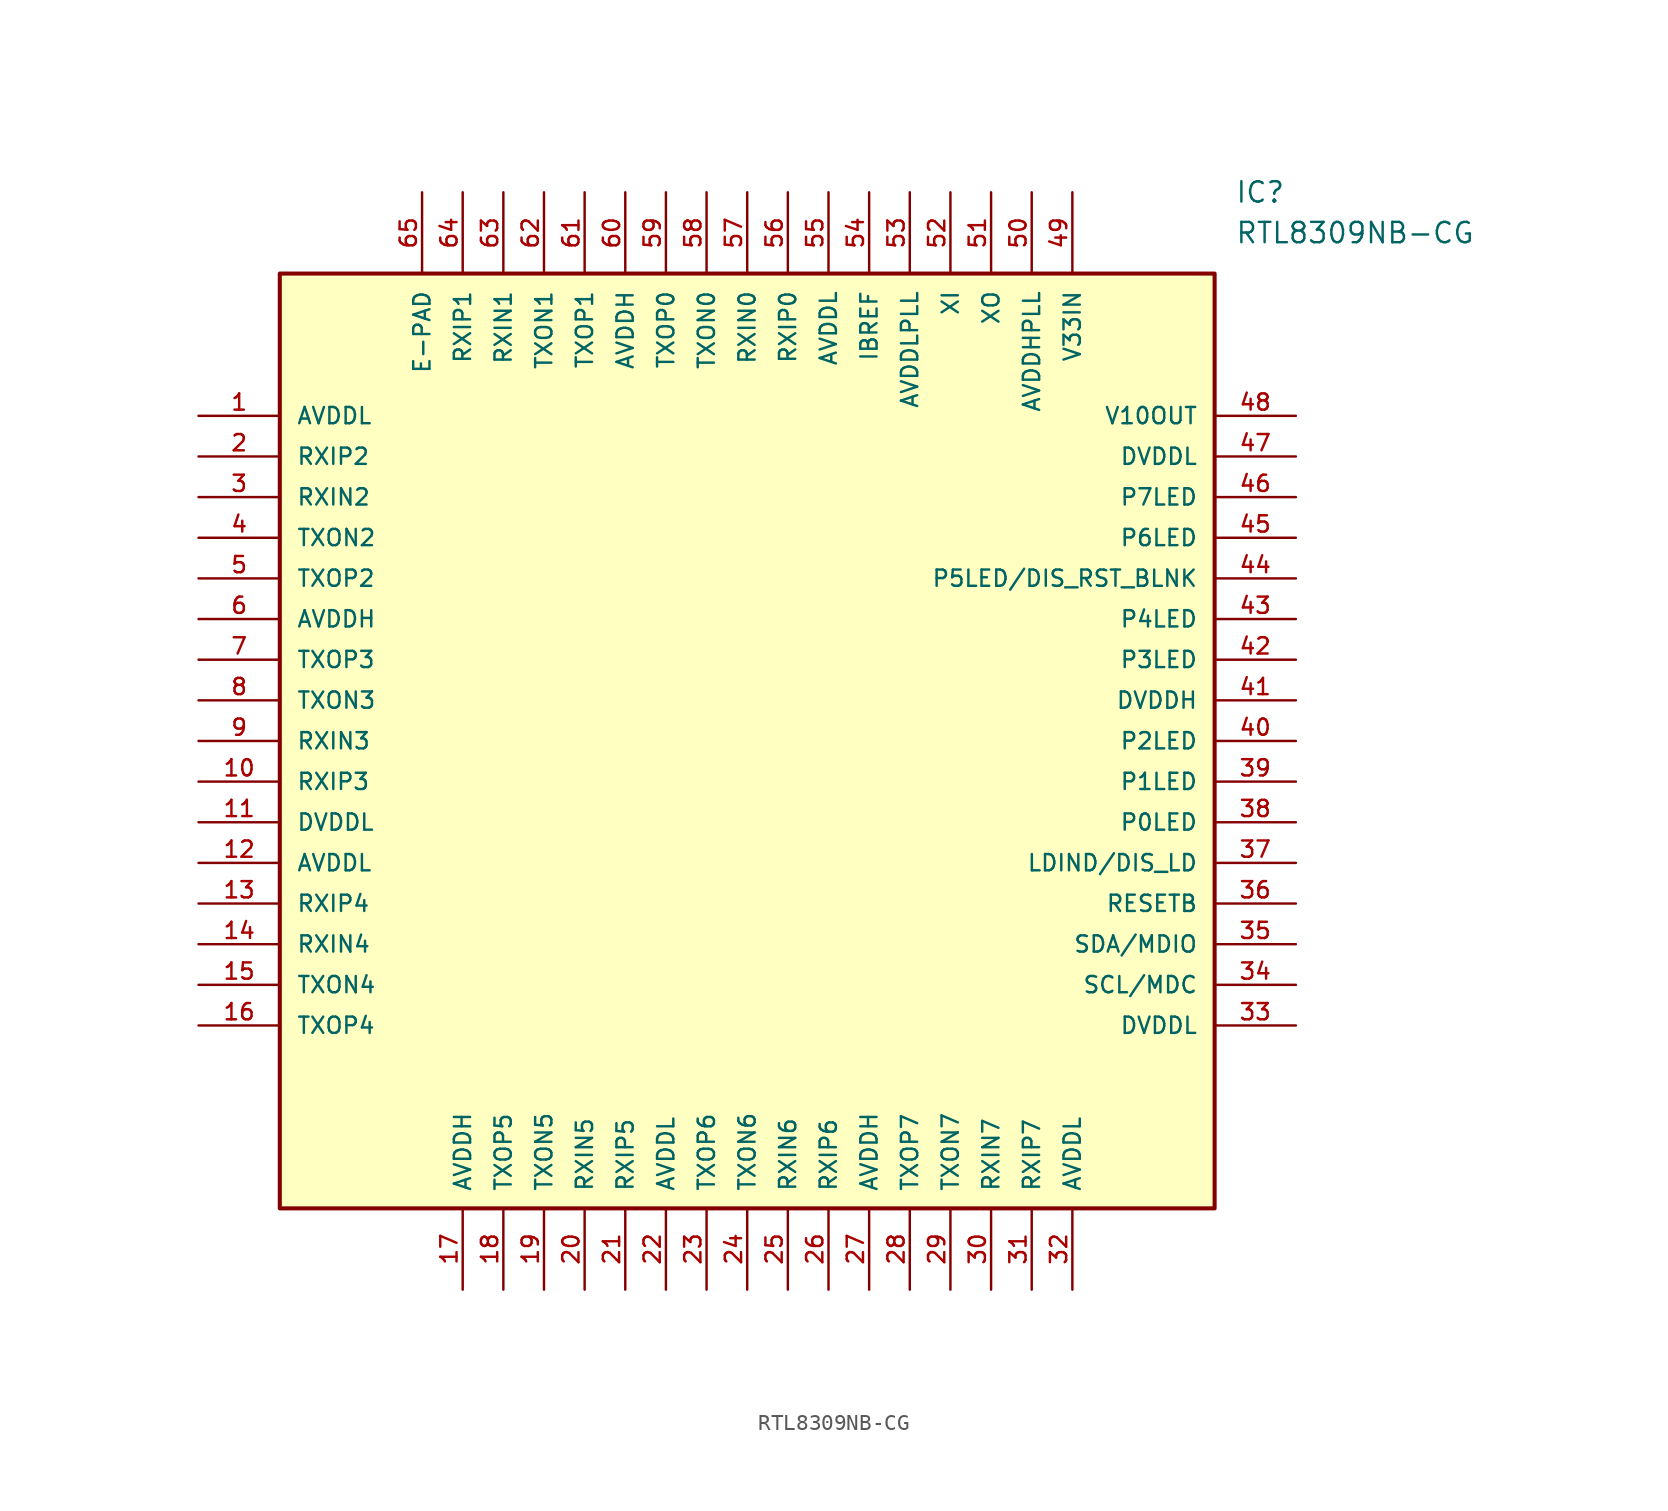
<source format=kicad_sym>
(kicad_symbol_lib
  (version 20211014)
  (generator kicad_symbol_editor)
  (symbol "RTL8309NB-CG"
    (pin_names
      (offset 1.016))
    (property "Reference" "IC"
      (at 46.99 20.32 0)
      (effects (font (size 1.27 1.27)) (justify left)))
    (property "Value" "RTL8309NB-CG"
      (at 46.99 17.78 0)
      (effects (font (size 1.27 1.27)) (justify left)))
    (symbol "RTL8309NB-CG_0_0"
      (rectangle (start -12.7 15.24) (end 45.72 -43.18) (stroke (width 0.254) (type default) (color 0 0 0 0)) (fill (type background)))
      (pin power_in line (at -17.78 6.35 0) (length 5.08) (name "AVDDL" (effects (font (size 1.016 1.016)))) (number "1" (effects (font (size 1.016 1.016)))))
      (pin input line (at -17.78 -16.51 0) (length 5.08) (name "RXIP3" (effects (font (size 1.016 1.016)))) (number "10" (effects (font (size 1.016 1.016)))))
      (pin power_in line (at -17.78 -19.05 0) (length 5.08) (name "DVDDL" (effects (font (size 1.016 1.016)))) (number "11" (effects (font (size 1.016 1.016)))))
      (pin power_in line (at -17.78 -21.59 0) (length 5.08) (name "AVDDL" (effects (font (size 1.016 1.016)))) (number "12" (effects (font (size 1.016 1.016)))))
      (pin input line (at -17.78 -24.13 0) (length 5.08) (name "RXIP4" (effects (font (size 1.016 1.016)))) (number "13" (effects (font (size 1.016 1.016)))))
      (pin input line (at -17.78 -26.67 0) (length 5.08) (name "RXIN4" (effects (font (size 1.016 1.016)))) (number "14" (effects (font (size 1.016 1.016)))))
      (pin output line (at -17.78 -29.21 0) (length 5.08) (name "TXON4" (effects (font (size 1.016 1.016)))) (number "15" (effects (font (size 1.016 1.016)))))
      (pin output line (at -17.78 -31.75 0) (length 5.08) (name "TXOP4" (effects (font (size 1.016 1.016)))) (number "16" (effects (font (size 1.016 1.016)))))
      (pin power_in line (at -1.27 -48.26 90) (length 5.08) (name "AVDDH" (effects (font (size 1.016 1.016)))) (number "17" (effects (font (size 1.016 1.016)))))
      (pin output line (at 1.27 -48.26 90) (length 5.08) (name "TXOP5" (effects (font (size 1.016 1.016)))) (number "18" (effects (font (size 1.016 1.016)))))
      (pin output line (at 3.81 -48.26 90) (length 5.08) (name "TXON5" (effects (font (size 1.016 1.016)))) (number "19" (effects (font (size 1.016 1.016)))))
      (pin input line (at -17.78 3.81 0) (length 5.08) (name "RXIP2" (effects (font (size 1.016 1.016)))) (number "2" (effects (font (size 1.016 1.016)))))
      (pin input line (at 6.35 -48.26 90) (length 5.08) (name "RXIN5" (effects (font (size 1.016 1.016)))) (number "20" (effects (font (size 1.016 1.016)))))
      (pin input line (at 8.89 -48.26 90) (length 5.08) (name "RXIP5" (effects (font (size 1.016 1.016)))) (number "21" (effects (font (size 1.016 1.016)))))
      (pin power_in line (at 11.43 -48.26 90) (length 5.08) (name "AVDDL" (effects (font (size 1.016 1.016)))) (number "22" (effects (font (size 1.016 1.016)))))
      (pin output line (at 13.97 -48.26 90) (length 5.08) (name "TXOP6" (effects (font (size 1.016 1.016)))) (number "23" (effects (font (size 1.016 1.016)))))
      (pin output line (at 16.51 -48.26 90) (length 5.08) (name "TXON6" (effects (font (size 1.016 1.016)))) (number "24" (effects (font (size 1.016 1.016)))))
      (pin input line (at 19.05 -48.26 90) (length 5.08) (name "RXIN6" (effects (font (size 1.016 1.016)))) (number "25" (effects (font (size 1.016 1.016)))))
      (pin input line (at 21.59 -48.26 90) (length 5.08) (name "RXIP6" (effects (font (size 1.016 1.016)))) (number "26" (effects (font (size 1.016 1.016)))))
      (pin power_in line (at 24.13 -48.26 90) (length 5.08) (name "AVDDH" (effects (font (size 1.016 1.016)))) (number "27" (effects (font (size 1.016 1.016)))))
      (pin output line (at 26.67 -48.26 90) (length 5.08) (name "TXOP7" (effects (font (size 1.016 1.016)))) (number "28" (effects (font (size 1.016 1.016)))))
      (pin output line (at 29.21 -48.26 90) (length 5.08) (name "TXON7" (effects (font (size 1.016 1.016)))) (number "29" (effects (font (size 1.016 1.016)))))
      (pin input line (at -17.78 1.27 0) (length 5.08) (name "RXIN2" (effects (font (size 1.016 1.016)))) (number "3" (effects (font (size 1.016 1.016)))))
      (pin input line (at 31.75 -48.26 90) (length 5.08) (name "RXIN7" (effects (font (size 1.016 1.016)))) (number "30" (effects (font (size 1.016 1.016)))))
      (pin input line (at 34.29 -48.26 90) (length 5.08) (name "RXIP7" (effects (font (size 1.016 1.016)))) (number "31" (effects (font (size 1.016 1.016)))))
      (pin power_in line (at 36.83 -48.26 90) (length 5.08) (name "AVDDL" (effects (font (size 1.016 1.016)))) (number "32" (effects (font (size 1.016 1.016)))))
      (pin power_in line (at 50.8 -31.75 180) (length 5.08) (name "DVDDL" (effects (font (size 1.016 1.016)))) (number "33" (effects (font (size 1.016 1.016)))))
      (pin bidirectional line (at 50.8 -29.21 180) (length 5.08) (name "SCL/MDC" (effects (font (size 1.016 1.016)))) (number "34" (effects (font (size 1.016 1.016)))))
      (pin bidirectional line (at 50.8 -26.67 180) (length 5.08) (name "SDA/MDIO" (effects (font (size 1.016 1.016)))) (number "35" (effects (font (size 1.016 1.016)))))
      (pin input line (at 50.8 -24.13 180) (length 5.08) (name "RESETB" (effects (font (size 1.016 1.016)))) (number "36" (effects (font (size 1.016 1.016)))))
      (pin bidirectional line (at 50.8 -21.59 180) (length 5.08) (name "LDIND/DIS_LD" (effects (font (size 1.016 1.016)))) (number "37" (effects (font (size 1.016 1.016)))))
      (pin bidirectional line (at 50.8 -19.05 180) (length 5.08) (name "P0LED" (effects (font (size 1.016 1.016)))) (number "38" (effects (font (size 1.016 1.016)))))
      (pin bidirectional line (at 50.8 -16.51 180) (length 5.08) (name "P1LED" (effects (font (size 1.016 1.016)))) (number "39" (effects (font (size 1.016 1.016)))))
      (pin output line (at -17.78 -1.27 0) (length 5.08) (name "TXON2" (effects (font (size 1.016 1.016)))) (number "4" (effects (font (size 1.016 1.016)))))
      (pin bidirectional line (at 50.8 -13.97 180) (length 5.08) (name "P2LED" (effects (font (size 1.016 1.016)))) (number "40" (effects (font (size 1.016 1.016)))))
      (pin power_in line (at 50.8 -11.43 180) (length 5.08) (name "DVDDH" (effects (font (size 1.016 1.016)))) (number "41" (effects (font (size 1.016 1.016)))))
      (pin bidirectional line (at 50.8 -8.89 180) (length 5.08) (name "P3LED" (effects (font (size 1.016 1.016)))) (number "42" (effects (font (size 1.016 1.016)))))
      (pin bidirectional line (at 50.8 -6.35 180) (length 5.08) (name "P4LED" (effects (font (size 1.016 1.016)))) (number "43" (effects (font (size 1.016 1.016)))))
      (pin bidirectional line (at 50.8 -3.81 180) (length 5.08) (name "P5LED/DIS_RST_BLNK" (effects (font (size 1.016 1.016)))) (number "44" (effects (font (size 1.016 1.016)))))
      (pin bidirectional line (at 50.8 -1.27 180) (length 5.08) (name "P6LED" (effects (font (size 1.016 1.016)))) (number "45" (effects (font (size 1.016 1.016)))))
      (pin bidirectional line (at 50.8 1.27 180) (length 5.08) (name "P7LED" (effects (font (size 1.016 1.016)))) (number "46" (effects (font (size 1.016 1.016)))))
      (pin power_in line (at 50.8 3.81 180) (length 5.08) (name "DVDDL" (effects (font (size 1.016 1.016)))) (number "47" (effects (font (size 1.016 1.016)))))
      (pin power_in line (at 50.8 6.35 180) (length 5.08) (name "V10OUT" (effects (font (size 1.016 1.016)))) (number "48" (effects (font (size 1.016 1.016)))))
      (pin power_in line (at 36.83 20.32 270) (length 5.08) (name "V33IN" (effects (font (size 1.016 1.016)))) (number "49" (effects (font (size 1.016 1.016)))))
      (pin output line (at -17.78 -3.81 0) (length 5.08) (name "TXOP2" (effects (font (size 1.016 1.016)))) (number "5" (effects (font (size 1.016 1.016)))))
      (pin power_in line (at 34.29 20.32 270) (length 5.08) (name "AVDDHPLL" (effects (font (size 1.016 1.016)))) (number "50" (effects (font (size 1.016 1.016)))))
      (pin output line (at 31.75 20.32 270) (length 5.08) (name "XO" (effects (font (size 1.016 1.016)))) (number "51" (effects (font (size 1.016 1.016)))))
      (pin input line (at 29.21 20.32 270) (length 5.08) (name "XI" (effects (font (size 1.016 1.016)))) (number "52" (effects (font (size 1.016 1.016)))))
      (pin power_in line (at 26.67 20.32 270) (length 5.08) (name "AVDDLPLL" (effects (font (size 1.016 1.016)))) (number "53" (effects (font (size 1.016 1.016)))))
      (pin output line (at 24.13 20.32 270) (length 5.08) (name "IBREF" (effects (font (size 1.016 1.016)))) (number "54" (effects (font (size 1.016 1.016)))))
      (pin power_in line (at 21.59 20.32 270) (length 5.08) (name "AVDDL" (effects (font (size 1.016 1.016)))) (number "55" (effects (font (size 1.016 1.016)))))
      (pin power_in line (at 19.05 20.32 270) (length 5.08) (name "RXIP0" (effects (font (size 1.016 1.016)))) (number "56" (effects (font (size 1.016 1.016)))))
      (pin power_in line (at 16.51 20.32 270) (length 5.08) (name "RXIN0" (effects (font (size 1.016 1.016)))) (number "57" (effects (font (size 1.016 1.016)))))
      (pin power_in line (at 13.97 20.32 270) (length 5.08) (name "TXON0" (effects (font (size 1.016 1.016)))) (number "58" (effects (font (size 1.016 1.016)))))
      (pin power_in line (at 11.43 20.32 270) (length 5.08) (name "TXOP0" (effects (font (size 1.016 1.016)))) (number "59" (effects (font (size 1.016 1.016)))))
      (pin power_in line (at -17.78 -6.35 0) (length 5.08) (name "AVDDH" (effects (font (size 1.016 1.016)))) (number "6" (effects (font (size 1.016 1.016)))))
      (pin power_in line (at 8.89 20.32 270) (length 5.08) (name "AVDDH" (effects (font (size 1.016 1.016)))) (number "60" (effects (font (size 1.016 1.016)))))
      (pin power_in line (at 6.35 20.32 270) (length 5.08) (name "TXOP1" (effects (font (size 1.016 1.016)))) (number "61" (effects (font (size 1.016 1.016)))))
      (pin power_in line (at 3.81 20.32 270) (length 5.08) (name "TXON1" (effects (font (size 1.016 1.016)))) (number "62" (effects (font (size 1.016 1.016)))))
      (pin power_in line (at 1.27 20.32 270) (length 5.08) (name "RXIN1" (effects (font (size 1.016 1.016)))) (number "63" (effects (font (size 1.016 1.016)))))
      (pin power_in line (at -1.27 20.32 270) (length 5.08) (name "RXIP1" (effects (font (size 1.016 1.016)))) (number "64" (effects (font (size 1.016 1.016)))))
      (pin power_in line (at -3.81 20.32 270) (length 5.08) (name "E-PAD" (effects (font (size 1.016 1.016)))) (number "65" (effects (font (size 1.016 1.016)))))
      (pin output line (at -17.78 -8.89 0) (length 5.08) (name "TXOP3" (effects (font (size 1.016 1.016)))) (number "7" (effects (font (size 1.016 1.016)))))
      (pin output line (at -17.78 -11.43 0) (length 5.08) (name "TXON3" (effects (font (size 1.016 1.016)))) (number "8" (effects (font (size 1.016 1.016)))))
      (pin input line (at -17.78 -13.97 0) (length 5.08) (name "RXIN3" (effects (font (size 1.016 1.016)))) (number "9" (effects (font (size 1.016 1.016))))))))
</source>
